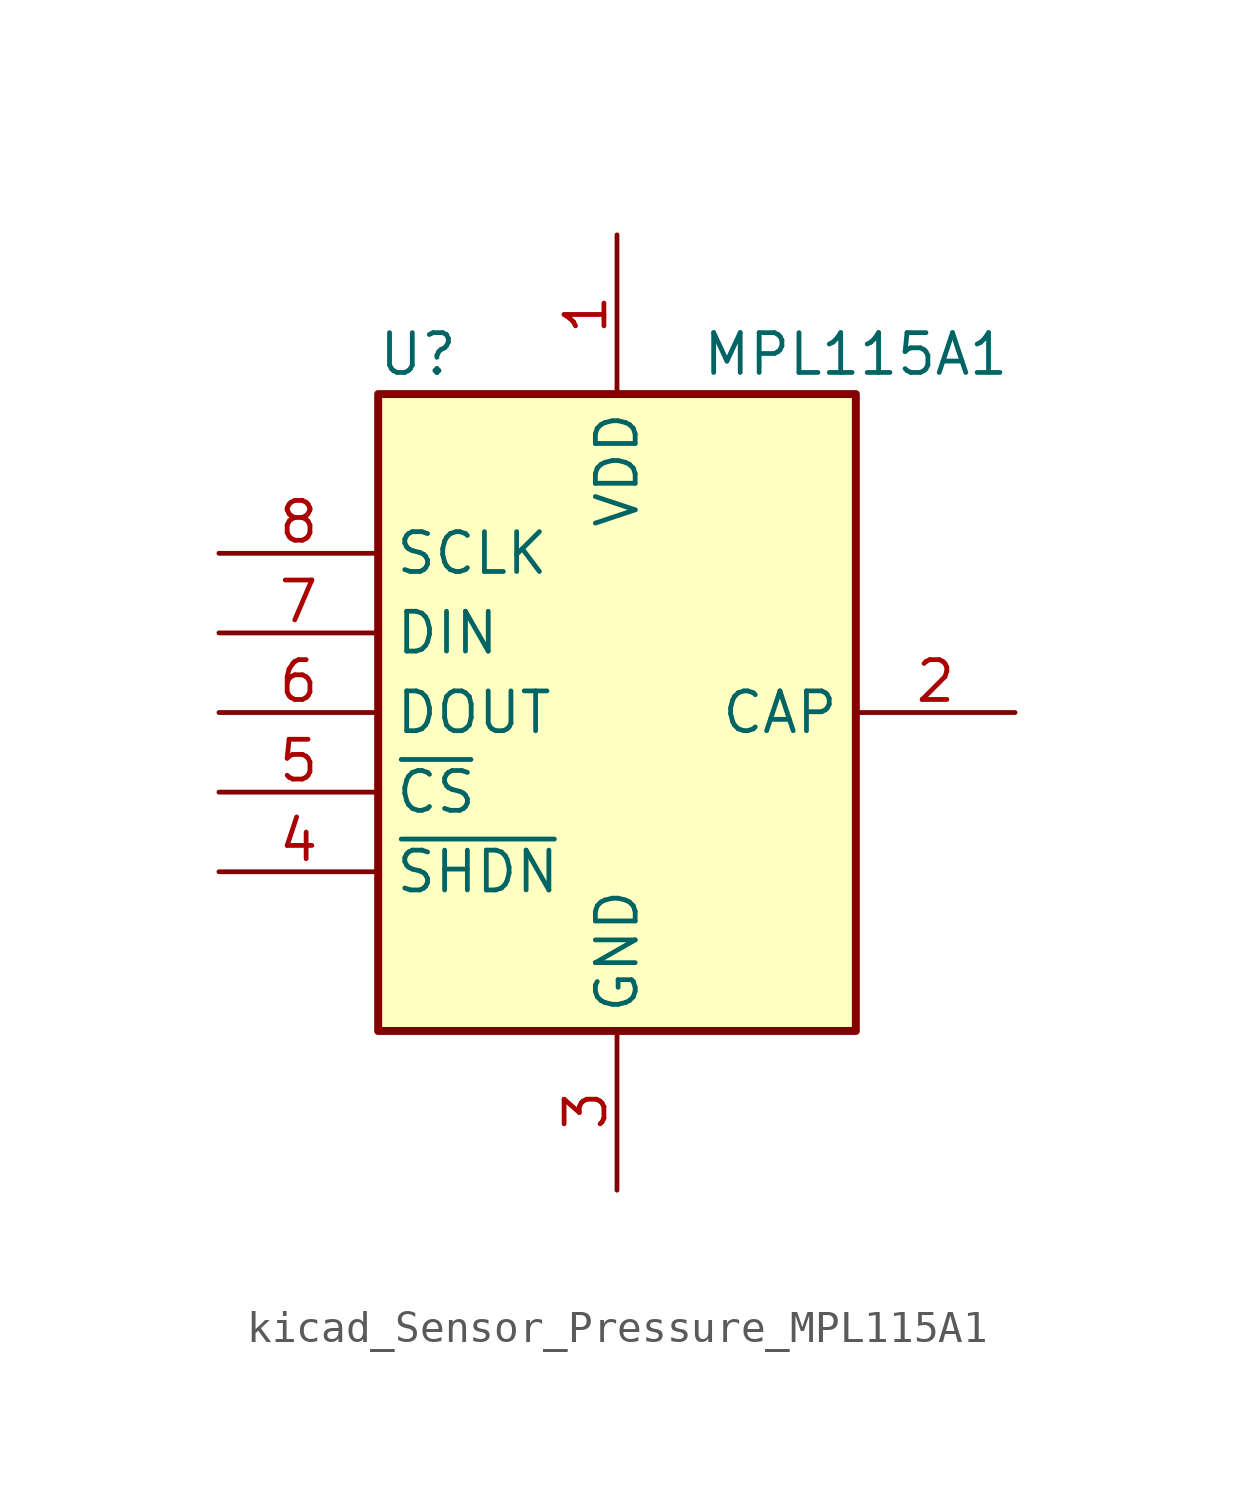
<source format=kicad_sym>
(kicad_symbol_lib
  (version 20220914)
  (generator kicad_symbol_editor)
  (symbol "kicad_Sensor_Pressure_MPL115A1"
    (property "Reference" "U"
      (at -6.35 11.43 0)
      (effects (font (size 1.27 1.27))))
    (property "Value" "MPL115A1"
      (at 7.62 11.43 0)
      (effects (font (size 1.27 1.27))))
    (symbol "kicad_Sensor_Pressure_MPL115A1_0_1"
      (rectangle (start 7.62 10.16) (end -7.62 -10.16) (stroke (width 0.254) (type default)) (fill (type background))))
    (symbol "kicad_Sensor_Pressure_MPL115A1_1_1"
      (pin power_in line (at 0 15.24 270) (length 5.08) (name "VDD" (effects (font (size 1.27 1.27)))) (number "1" (effects (font (size 1.27 1.27)))))
      (pin passive line (at 12.7 0 180) (length 5.08) (name "CAP" (effects (font (size 1.27 1.27)))) (number "2" (effects (font (size 1.27 1.27)))))
      (pin power_in line (at 0 -15.24 90) (length 5.08) (name "GND" (effects (font (size 1.27 1.27)))) (number "3" (effects (font (size 1.27 1.27)))))
      (pin input line (at -12.7 -5.08 0) (length 5.08) (name "~{SHDN}" (effects (font (size 1.27 1.27)))) (number "4" (effects (font (size 1.27 1.27)))))
      (pin input line (at -12.7 -2.54 0) (length 5.08) (name "~{CS}" (effects (font (size 1.27 1.27)))) (number "5" (effects (font (size 1.27 1.27)))))
      (pin output line (at -12.7 0 0) (length 5.08) (name "DOUT" (effects (font (size 1.27 1.27)))) (number "6" (effects (font (size 1.27 1.27)))))
      (pin input line (at -12.7 2.54 0) (length 5.08) (name "DIN" (effects (font (size 1.27 1.27)))) (number "7" (effects (font (size 1.27 1.27)))))
      (pin input line (at -12.7 5.08 0) (length 5.08) (name "SCLK" (effects (font (size 1.27 1.27)))) (number "8" (effects (font (size 1.27 1.27))))))))
</source>
